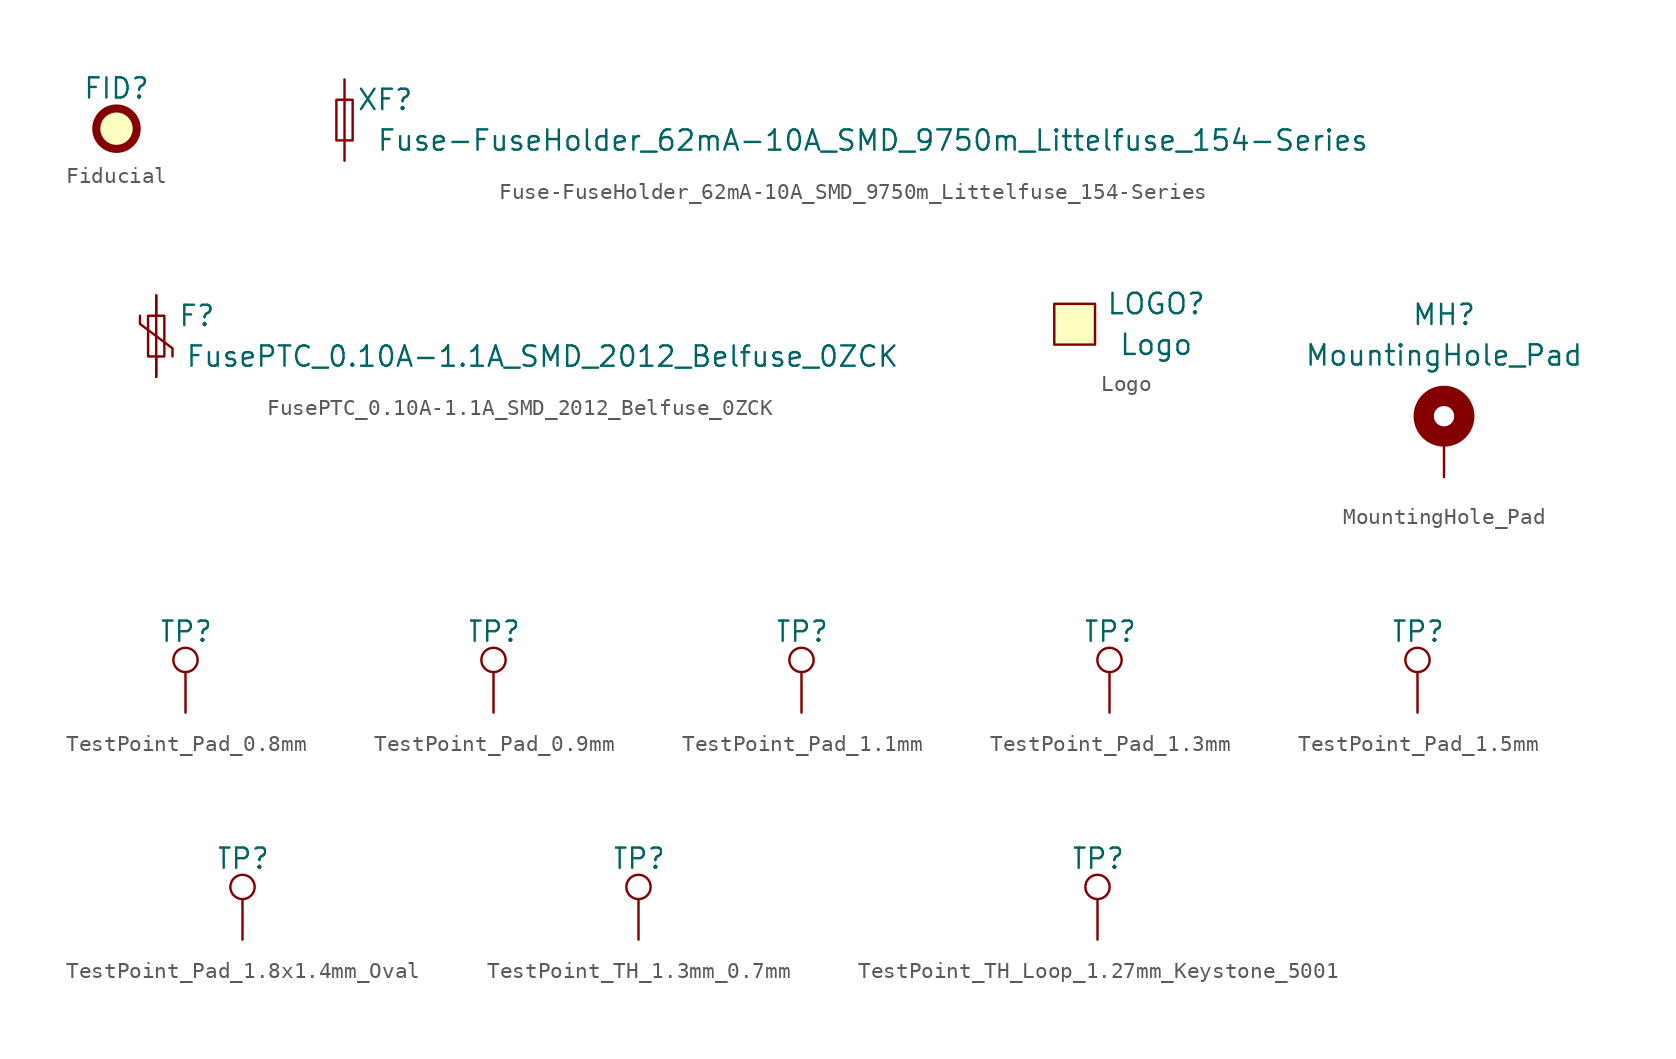
<source format=kicad_sym>
(kicad_symbol_lib
  (version 20220914)
  (generator kicad_symbol_editor)
  (symbol "Fiducial"
    (pin_names
      (offset 1.27))
    (property "Reference" "FID"
      (at 0 2.54 0)
      (effects (font (size 1.27 1.27))))
    (symbol "Fiducial_0_1"
      (circle (center 0 0) (radius 1.27) (stroke (width 0.508) (type default)) (fill (type background)))))
  (symbol "Fuse-FuseHolder_62mA-10A_SMD_9750m_Littelfuse_154-Series"
    (pin_numbers hide)
    (pin_names
      (offset 1.27) hide)
    (property "Reference" "XF"
      (at 2.54 1.27 0)
      (effects (font (size 1.27 1.27))))
    (property "Value" "Fuse-FuseHolder_62mA-10A_SMD_9750m_Littelfuse_154-Series"
      (at 33.02 -1.27 0)
      (effects (font (size 1.27 1.27))))
    (symbol "Fuse-FuseHolder_62mA-10A_SMD_9750m_Littelfuse_154-Series_1_1"
      (rectangle (start -0.508 -1.27) (end 0.508 1.27) (stroke (width 0) (type default)) (fill (type none)))
      (polyline (pts (xy 0 -1.27) (xy 0 1.27)) (stroke (width 0) (type default)) (fill (type none)))
      (pin passive line (at 0 -2.54 90) (length 1.27) (name "~" (effects (font (size 1.27 1.27)))) (number "1" (effects (font (size 1.27 1.27)))))
      (pin passive line (at 0 2.54 270) (length 1.27) (name "~" (effects (font (size 1.27 1.27)))) (number "2" (effects (font (size 1.27 1.27)))))))
  (symbol "FusePTC_0.10A-1.1A_SMD_2012_Belfuse_0ZCK"
    (pin_numbers hide)
    (pin_names
      (offset 1.27) hide)
    (property "Reference" "F"
      (at 2.54 1.27 0)
      (effects (font (size 1.27 1.27))))
    (property "Value" "FusePTC_0.10A-1.1A_SMD_2012_Belfuse_0ZCK"
      (at 24.13 -1.27 0)
      (effects (font (size 1.27 1.27))))
    (symbol "FusePTC_0.10A-1.1A_SMD_2012_Belfuse_0ZCK_0_1"
      (rectangle (start -0.508 1.27) (end 0.508 -1.27) (stroke (width 0) (type default)) (fill (type none)))
      (polyline (pts (xy 0 2.54) (xy 0 -2.54)) (stroke (width 0) (type default)) (fill (type none)))
      (polyline (pts (xy -1.016 1.27) (xy -1.016 0.762) (xy 1.016 -0.762) (xy 1.016 -1.27)) (stroke (width 0) (type default)) (fill (type none))))
    (symbol "FusePTC_0.10A-1.1A_SMD_2012_Belfuse_0ZCK_1_1"
      (pin passive line (at 0 -2.54 90) (length 1.27) (name "~" (effects (font (size 1.27 1.27)))) (number "1" (effects (font (size 1.27 1.27)))))
      (pin passive line (at 0 2.54 270) (length 1.27) (name "~" (effects (font (size 1.27 1.27)))) (number "2" (effects (font (size 1.27 1.27)))))))
  (symbol "Logo"
    (pin_names
      (offset 1.27))
    (property "Reference" "LOGO"
      (at 5.08 1.27 0)
      (effects (font (size 1.27 1.27))))
    (property "Value" "Logo"
      (at 5.08 -1.27 0)
      (effects (font (size 1.27 1.27))))
    (symbol "Logo_0_1"
      (rectangle (start -1.27 -1.27) (end 1.27 1.27) (stroke (width 0) (type default)) (fill (type background)))))
  (symbol "MountingHole_Pad"
    (pin_numbers hide)
    (pin_names
      (offset 1.27) hide)
    (property "Reference" "MH"
      (at 0 7.62 0)
      (effects (font (size 1.27 1.27))))
    (property "Value" "MountingHole_Pad"
      (at 0 5.08 0)
      (effects (font (size 1.27 1.27))))
    (symbol "MountingHole_Pad_1_1"
      (circle (center 0 1.27) (radius 1.27) (stroke (width 1.27) (type default)) (fill (type none)))
      (pin passive line (at 0 -2.54 90) (length 2.54) (name "1" (effects (font (size 1.27 1.27)))) (number "1" (effects (font (size 1.27 1.27)))))))
  (symbol "TestPoint_Pad_0.8mm"
    (pin_numbers hide)
    (pin_names
      (offset 1.27) hide)
    (property "Reference" "TP"
      (at 0 5.08 0)
      (effects (font (size 1.27 1.27))))
    (symbol "TestPoint_Pad_0.8mm_1_1"
      (circle (center 0 3.302) (radius 0.762) (stroke (width 0) (type default)) (fill (type none)))
      (pin passive line (at 0 0 90) (length 2.54) (name "1" (effects (font (size 1.27 1.27)))) (number "1" (effects (font (size 1.27 1.27)))))))
  (symbol "TestPoint_Pad_0.9mm"
    (pin_numbers hide)
    (pin_names
      (offset 1.27) hide)
    (property "Reference" "TP"
      (at 0 5.08 0)
      (effects (font (size 1.27 1.27))))
    (symbol "TestPoint_Pad_0.9mm_1_1"
      (circle (center 0 3.302) (radius 0.762) (stroke (width 0) (type default)) (fill (type none)))
      (pin passive line (at 0 0 90) (length 2.54) (name "1" (effects (font (size 1.27 1.27)))) (number "1" (effects (font (size 1.27 1.27)))))))
  (symbol "TestPoint_Pad_1.1mm"
    (pin_numbers hide)
    (pin_names
      (offset 1.27) hide)
    (property "Reference" "TP"
      (at 0 5.08 0)
      (effects (font (size 1.27 1.27))))
    (symbol "TestPoint_Pad_1.1mm_1_1"
      (circle (center 0 3.302) (radius 0.762) (stroke (width 0) (type default)) (fill (type none)))
      (pin passive line (at 0 0 90) (length 2.54) (name "1" (effects (font (size 1.27 1.27)))) (number "1" (effects (font (size 1.27 1.27)))))))
  (symbol "TestPoint_Pad_1.3mm"
    (pin_numbers hide)
    (pin_names
      (offset 1.27) hide)
    (property "Reference" "TP"
      (at 0 5.08 0)
      (effects (font (size 1.27 1.27))))
    (symbol "TestPoint_Pad_1.3mm_1_1"
      (circle (center 0 3.302) (radius 0.762) (stroke (width 0) (type default)) (fill (type none)))
      (pin passive line (at 0 0 90) (length 2.54) (name "1" (effects (font (size 1.27 1.27)))) (number "1" (effects (font (size 1.27 1.27)))))))
  (symbol "TestPoint_Pad_1.5mm"
    (pin_numbers hide)
    (pin_names
      (offset 1.27) hide)
    (property "Reference" "TP"
      (at 0 5.08 0)
      (effects (font (size 1.27 1.27))))
    (symbol "TestPoint_Pad_1.5mm_1_1"
      (circle (center 0 3.302) (radius 0.762) (stroke (width 0) (type default)) (fill (type none)))
      (pin passive line (at 0 0 90) (length 2.54) (name "1" (effects (font (size 1.27 1.27)))) (number "1" (effects (font (size 1.27 1.27)))))))
  (symbol "TestPoint_Pad_1.8x1.4mm_Oval"
    (pin_numbers hide)
    (pin_names
      (offset 1.27) hide)
    (property "Reference" "TP"
      (at 0 5.08 0)
      (effects (font (size 1.27 1.27))))
    (symbol "TestPoint_Pad_1.8x1.4mm_Oval_1_1"
      (circle (center 0 3.302) (radius 0.762) (stroke (width 0) (type default)) (fill (type none)))
      (pin passive line (at 0 0 90) (length 2.54) (name "1" (effects (font (size 1.27 1.27)))) (number "1" (effects (font (size 1.27 1.27)))))))
  (symbol "TestPoint_TH_1.3mm_0.7mm"
    (pin_numbers hide)
    (pin_names
      (offset 1.27) hide)
    (property "Reference" "TP"
      (at 0 5.08 0)
      (effects (font (size 1.27 1.27))))
    (symbol "TestPoint_TH_1.3mm_0.7mm_1_1"
      (circle (center 0 3.302) (radius 0.762) (stroke (width 0) (type default)) (fill (type none)))
      (pin passive line (at 0 0 90) (length 2.54) (name "1" (effects (font (size 1.27 1.27)))) (number "1" (effects (font (size 1.27 1.27)))))))
  (symbol "TestPoint_TH_Loop_1.27mm_Keystone_5001"
    (pin_numbers hide)
    (pin_names
      (offset 1.27) hide)
    (property "Reference" "TP"
      (at 0 5.08 0)
      (effects (font (size 1.27 1.27))))
    (symbol "TestPoint_TH_Loop_1.27mm_Keystone_5001_1_1"
      (circle (center 0 3.302) (radius 0.762) (stroke (width 0) (type default)) (fill (type none)))
      (pin passive line (at 0 0 90) (length 2.54) (name "1" (effects (font (size 1.27 1.27)))) (number "1" (effects (font (size 1.27 1.27))))))))
</source>
